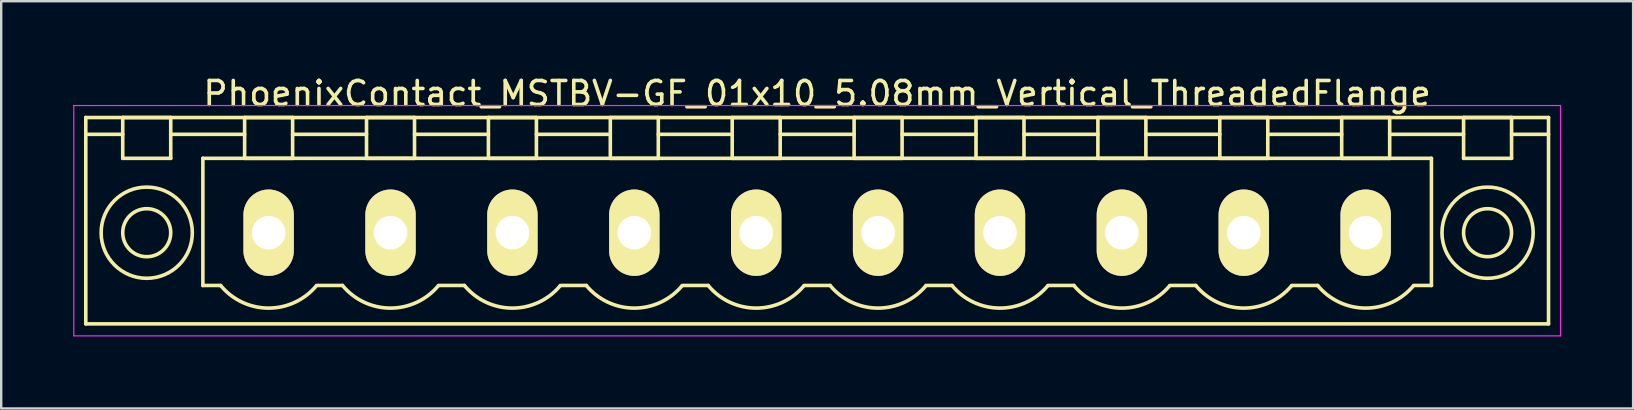
<source format=kicad_pcb>
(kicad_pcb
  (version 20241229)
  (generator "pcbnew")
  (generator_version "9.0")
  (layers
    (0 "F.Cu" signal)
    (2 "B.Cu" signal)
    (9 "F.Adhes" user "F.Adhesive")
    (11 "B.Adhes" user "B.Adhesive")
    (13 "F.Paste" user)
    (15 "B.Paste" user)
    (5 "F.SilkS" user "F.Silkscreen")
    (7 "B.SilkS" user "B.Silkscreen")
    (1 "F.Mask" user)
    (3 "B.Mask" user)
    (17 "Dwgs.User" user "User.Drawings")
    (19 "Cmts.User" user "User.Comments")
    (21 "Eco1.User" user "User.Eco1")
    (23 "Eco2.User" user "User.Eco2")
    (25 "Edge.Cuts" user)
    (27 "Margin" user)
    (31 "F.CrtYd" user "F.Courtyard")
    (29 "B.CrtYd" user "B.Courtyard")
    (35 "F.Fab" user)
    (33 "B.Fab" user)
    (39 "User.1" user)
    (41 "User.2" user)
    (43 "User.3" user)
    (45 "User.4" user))
  (footprint "PhoenixContact_MSTBV-GF_01x10_5.08mm_Vertical_ThreadedFlange"
    (layer "F.Cu")
    (at 8.145 6.648)
    (property "Reference" "PhoenixContact_MSTBV-GF_01x10_5.08mm_Vertical_ThreadedFlange" (at 22.86 -5.8 0) (layer "F.SilkS") (effects (font (size 1 1) (thickness 0.15))))
    (attr through_hole)
    (fp_line (start -7.62 -4.8) (end -7.62 3.8) (stroke (width 0.15) (type solid)) (layer "F.SilkS"))
    (fp_line (start -7.62 -4.1) (end -6.08 -4.1) (stroke (width 0.15) (type solid)) (layer "F.SilkS"))
    (fp_line (start -7.62 3.8) (end 53.34 3.8) (stroke (width 0.15) (type solid)) (layer "F.SilkS"))
    (fp_line (start -6.08 -4.8) (end -4.08 -4.8) (stroke (width 0.15) (type solid)) (layer "F.SilkS"))
    (fp_line (start -6.08 -3.1) (end -6.08 -4.8) (stroke (width 0.15) (type solid)) (layer "F.SilkS"))
    (fp_line (start -4.08 -4.8) (end -4.08 -3.1) (stroke (width 0.15) (type solid)) (layer "F.SilkS"))
    (fp_line (start -4.08 -4.1) (end -1 -4.1) (stroke (width 0.15) (type solid)) (layer "F.SilkS"))
    (fp_line (start -4.08 -3.1) (end -6.08 -3.1) (stroke (width 0.15) (type solid)) (layer "F.SilkS"))
    (fp_line (start -2.74 -3.1) (end 48.46 -3.1) (stroke (width 0.15) (type solid)) (layer "F.SilkS"))
    (fp_line (start -2.74 2.2) (end -2.74 -3.1) (stroke (width 0.15) (type solid)) (layer "F.SilkS"))
    (fp_line (start -2 2.2) (end -2.74 2.2) (stroke (width 0.15) (type solid)) (layer "F.SilkS"))
    (fp_line (start -1 -4.8) (end 1 -4.8) (stroke (width 0.15) (type solid)) (layer "F.SilkS"))
    (fp_line (start -1 -3.1) (end -1 -4.8) (stroke (width 0.15) (type solid)) (layer "F.SilkS"))
    (fp_line (start 1 -4.8) (end 1 -3.1) (stroke (width 0.15) (type solid)) (layer "F.SilkS"))
    (fp_line (start 1 -4.1) (end 4.08 -4.1) (stroke (width 0.15) (type solid)) (layer "F.SilkS"))
    (fp_line (start 1 -3.1) (end -1 -3.1) (stroke (width 0.15) (type solid)) (layer "F.SilkS"))
    (fp_line (start 2 2.2) (end 3.08 2.2) (stroke (width 0.15) (type solid)) (layer "F.SilkS"))
    (fp_line (start 4.08 -4.8) (end 6.08 -4.8) (stroke (width 0.15) (type solid)) (layer "F.SilkS"))
    (fp_line (start 4.08 -3.1) (end 4.08 -4.8) (stroke (width 0.15) (type solid)) (layer "F.SilkS"))
    (fp_line (start 6.08 -4.8) (end 6.08 -3.1) (stroke (width 0.15) (type solid)) (layer "F.SilkS"))
    (fp_line (start 6.08 -4.1) (end 9.16 -4.1) (stroke (width 0.15) (type solid)) (layer "F.SilkS"))
    (fp_line (start 6.08 -3.1) (end 4.08 -3.1) (stroke (width 0.15) (type solid)) (layer "F.SilkS"))
    (fp_line (start 7.08 2.2) (end 8.16 2.2) (stroke (width 0.15) (type solid)) (layer "F.SilkS"))
    (fp_line (start 9.16 -4.8) (end 11.16 -4.8) (stroke (width 0.15) (type solid)) (layer "F.SilkS"))
    (fp_line (start 9.16 -3.1) (end 9.16 -4.8) (stroke (width 0.15) (type solid)) (layer "F.SilkS"))
    (fp_line (start 11.16 -4.8) (end 11.16 -3.1) (stroke (width 0.15) (type solid)) (layer "F.SilkS"))
    (fp_line (start 11.16 -4.1) (end 14.24 -4.1) (stroke (width 0.15) (type solid)) (layer "F.SilkS"))
    (fp_line (start 11.16 -3.1) (end 9.16 -3.1) (stroke (width 0.15) (type solid)) (layer "F.SilkS"))
    (fp_line (start 12.16 2.2) (end 13.24 2.2) (stroke (width 0.15) (type solid)) (layer "F.SilkS"))
    (fp_line (start 14.24 -4.8) (end 16.24 -4.8) (stroke (width 0.15) (type solid)) (layer "F.SilkS"))
    (fp_line (start 14.24 -3.1) (end 14.24 -4.8) (stroke (width 0.15) (type solid)) (layer "F.SilkS"))
    (fp_line (start 16.24 -4.8) (end 16.24 -3.1) (stroke (width 0.15) (type solid)) (layer "F.SilkS"))
    (fp_line (start 16.24 -4.1) (end 19.32 -4.1) (stroke (width 0.15) (type solid)) (layer "F.SilkS"))
    (fp_line (start 16.24 -3.1) (end 14.24 -3.1) (stroke (width 0.15) (type solid)) (layer "F.SilkS"))
    (fp_line (start 17.24 2.2) (end 18.32 2.2) (stroke (width 0.15) (type solid)) (layer "F.SilkS"))
    (fp_line (start 19.32 -4.8) (end 21.32 -4.8) (stroke (width 0.15) (type solid)) (layer "F.SilkS"))
    (fp_line (start 19.32 -3.1) (end 19.32 -4.8) (stroke (width 0.15) (type solid)) (layer "F.SilkS"))
    (fp_line (start 21.32 -4.8) (end 21.32 -3.1) (stroke (width 0.15) (type solid)) (layer "F.SilkS"))
    (fp_line (start 21.32 -4.1) (end 24.4 -4.1) (stroke (width 0.15) (type solid)) (layer "F.SilkS"))
    (fp_line (start 21.32 -3.1) (end 19.32 -3.1) (stroke (width 0.15) (type solid)) (layer "F.SilkS"))
    (fp_line (start 22.32 2.2) (end 23.4 2.2) (stroke (width 0.15) (type solid)) (layer "F.SilkS"))
    (fp_line (start 24.4 -4.8) (end 26.4 -4.8) (stroke (width 0.15) (type solid)) (layer "F.SilkS"))
    (fp_line (start 24.4 -3.1) (end 24.4 -4.8) (stroke (width 0.15) (type solid)) (layer "F.SilkS"))
    (fp_line (start 26.4 -4.8) (end 26.4 -3.1) (stroke (width 0.15) (type solid)) (layer "F.SilkS"))
    (fp_line (start 26.4 -4.1) (end 29.48 -4.1) (stroke (width 0.15) (type solid)) (layer "F.SilkS"))
    (fp_line (start 26.4 -3.1) (end 24.4 -3.1) (stroke (width 0.15) (type solid)) (layer "F.SilkS"))
    (fp_line (start 27.4 2.2) (end 28.48 2.2) (stroke (width 0.15) (type solid)) (layer "F.SilkS"))
    (fp_line (start 29.48 -4.8) (end 31.48 -4.8) (stroke (width 0.15) (type solid)) (layer "F.SilkS"))
    (fp_line (start 29.48 -3.1) (end 29.48 -4.8) (stroke (width 0.15) (type solid)) (layer "F.SilkS"))
    (fp_line (start 31.48 -4.8) (end 31.48 -3.1) (stroke (width 0.15) (type solid)) (layer "F.SilkS"))
    (fp_line (start 31.48 -4.1) (end 34.56 -4.1) (stroke (width 0.15) (type solid)) (layer "F.SilkS"))
    (fp_line (start 31.48 -3.1) (end 29.48 -3.1) (stroke (width 0.15) (type solid)) (layer "F.SilkS"))
    (fp_line (start 32.48 2.2) (end 33.56 2.2) (stroke (width 0.15) (type solid)) (layer "F.SilkS"))
    (fp_line (start 34.56 -4.8) (end 36.56 -4.8) (stroke (width 0.15) (type solid)) (layer "F.SilkS"))
    (fp_line (start 34.56 -3.1) (end 34.56 -4.8) (stroke (width 0.15) (type solid)) (layer "F.SilkS"))
    (fp_line (start 36.56 -4.8) (end 36.56 -3.1) (stroke (width 0.15) (type solid)) (layer "F.SilkS"))
    (fp_line (start 36.56 -4.1) (end 39.64 -4.1) (stroke (width 0.15) (type solid)) (layer "F.SilkS"))
    (fp_line (start 36.56 -3.1) (end 34.56 -3.1) (stroke (width 0.15) (type solid)) (layer "F.SilkS"))
    (fp_line (start 37.56 2.2) (end 38.64 2.2) (stroke (width 0.15) (type solid)) (layer "F.SilkS"))
    (fp_line (start 39.64 -4.8) (end 41.64 -4.8) (stroke (width 0.15) (type solid)) (layer "F.SilkS"))
    (fp_line (start 39.64 -3.1) (end 39.64 -4.8) (stroke (width 0.15) (type solid)) (layer "F.SilkS"))
    (fp_line (start 41.64 -4.8) (end 41.64 -3.1) (stroke (width 0.15) (type solid)) (layer "F.SilkS"))
    (fp_line (start 41.64 -4.1) (end 44.72 -4.1) (stroke (width 0.15) (type solid)) (layer "F.SilkS"))
    (fp_line (start 41.64 -3.1) (end 39.64 -3.1) (stroke (width 0.15) (type solid)) (layer "F.SilkS"))
    (fp_line (start 42.64 2.2) (end 43.72 2.2) (stroke (width 0.15) (type solid)) (layer "F.SilkS"))
    (fp_line (start 44.72 -4.8) (end 46.72 -4.8) (stroke (width 0.15) (type solid)) (layer "F.SilkS"))
    (fp_line (start 44.72 -3.1) (end 44.72 -4.8) (stroke (width 0.15) (type solid)) (layer "F.SilkS"))
    (fp_line (start 46.72 -4.8) (end 46.72 -3.1) (stroke (width 0.15) (type solid)) (layer "F.SilkS"))
    (fp_line (start 46.72 -4.1) (end 49.8 -4.1) (stroke (width 0.15) (type solid)) (layer "F.SilkS"))
    (fp_line (start 46.72 -3.1) (end 44.72 -3.1) (stroke (width 0.15) (type solid)) (layer "F.SilkS"))
    (fp_line (start 48.46 -3.1) (end 48.46 2.2) (stroke (width 0.15) (type solid)) (layer "F.SilkS"))
    (fp_line (start 48.46 2.2) (end 47.72 2.2) (stroke (width 0.15) (type solid)) (layer "F.SilkS"))
    (fp_line (start 49.8 -4.8) (end 51.8 -4.8) (stroke (width 0.15) (type solid)) (layer "F.SilkS"))
    (fp_line (start 49.8 -3.1) (end 49.8 -4.8) (stroke (width 0.15) (type solid)) (layer "F.SilkS"))
    (fp_line (start 51.8 -4.8) (end 51.8 -3.1) (stroke (width 0.15) (type solid)) (layer "F.SilkS"))
    (fp_line (start 51.8 -3.1) (end 49.8 -3.1) (stroke (width 0.15) (type solid)) (layer "F.SilkS"))
    (fp_line (start 53.34 -4.8) (end -7.62 -4.8) (stroke (width 0.15) (type solid)) (layer "F.SilkS"))
    (fp_line (start 53.34 -4.1) (end 51.8 -4.1) (stroke (width 0.15) (type solid)) (layer "F.SilkS"))
    (fp_line (start 53.34 3.8) (end 53.34 -4.8) (stroke (width 0.15) (type solid)) (layer "F.SilkS"))
    (fp_arc (start 1.986842 2.215821) (mid -0.010289 3.142758) (end -2 2.2) (stroke (width 0.15) (type solid)) (layer "F.SilkS"))
    (fp_arc (start 7.066842 2.215821) (mid 5.069711 3.142758) (end 3.08 2.2) (stroke (width 0.15) (type solid)) (layer "F.SilkS"))
    (fp_arc (start 12.146842 2.215821) (mid 10.149711 3.142758) (end 8.16 2.2) (stroke (width 0.15) (type solid)) (layer "F.SilkS"))
    (fp_arc (start 17.226842 2.215821) (mid 15.229711 3.142758) (end 13.24 2.2) (stroke (width 0.15) (type solid)) (layer "F.SilkS"))
    (fp_arc (start 22.306842 2.215821) (mid 20.309711 3.142758) (end 18.32 2.2) (stroke (width 0.15) (type solid)) (layer "F.SilkS"))
    (fp_arc (start 27.386842 2.215821) (mid 25.389711 3.142758) (end 23.4 2.2) (stroke (width 0.15) (type solid)) (layer "F.SilkS"))
    (fp_arc (start 32.466842 2.215821) (mid 30.469711 3.142758) (end 28.48 2.2) (stroke (width 0.15) (type solid)) (layer "F.SilkS"))
    (fp_arc (start 37.546842 2.215821) (mid 35.549711 3.142758) (end 33.56 2.2) (stroke (width 0.15) (type solid)) (layer "F.SilkS"))
    (fp_arc (start 42.626842 2.215821) (mid 40.629711 3.142758) (end 38.64 2.2) (stroke (width 0.15) (type solid)) (layer "F.SilkS"))
    (fp_arc (start 47.706842 2.215821) (mid 45.709711 3.142758) (end 43.72 2.2) (stroke (width 0.15) (type solid)) (layer "F.SilkS"))
    (fp_circle (center -5.08 0) (end -4.08 0) (stroke (width 0.15) (type solid)) (fill no) (layer "F.SilkS"))
    (fp_circle (center -5.08 0) (end -3.18 0) (stroke (width 0.15) (type solid)) (fill no) (layer "F.SilkS"))
    (fp_circle (center 50.8 0) (end 51.8 0) (stroke (width 0.15) (type solid)) (fill no) (layer "F.SilkS"))
    (fp_circle (center 50.8 0) (end 52.7 0) (stroke (width 0.15) (type solid)) (fill no) (layer "F.SilkS"))
    (fp_line (start -8.12 -5.3) (end -8.12 4.3) (stroke (width 0.05) (type solid)) (layer "F.CrtYd"))
    (fp_line (start -8.12 4.3) (end 53.84 4.3) (stroke (width 0.05) (type solid)) (layer "F.CrtYd"))
    (fp_line (start 53.84 -5.3) (end -8.12 -5.3) (stroke (width 0.05) (type solid)) (layer "F.CrtYd"))
    (fp_line (start 53.84 4.3) (end 53.84 -5.3) (stroke (width 0.05) (type solid)) (layer "F.CrtYd"))
    (pad "1" thru_hole oval (at 0 0) (size 2.1 3.6) (drill 1.4) (layers "*.Cu" "*.Mask" "F.SilkS"))
    (pad "2" thru_hole oval (at 5.08 0) (size 2.1 3.6) (drill 1.4) (layers "*.Cu" "*.Mask" "F.SilkS"))
    (pad "3" thru_hole oval (at 10.16 0) (size 2.1 3.6) (drill 1.4) (layers "*.Cu" "*.Mask" "F.SilkS"))
    (pad "4" thru_hole oval (at 15.24 0) (size 2.1 3.6) (drill 1.4) (layers "*.Cu" "*.Mask" "F.SilkS"))
    (pad "5" thru_hole oval (at 20.32 0) (size 2.1 3.6) (drill 1.4) (layers "*.Cu" "*.Mask" "F.SilkS"))
    (pad "6" thru_hole oval (at 25.4 0) (size 2.1 3.6) (drill 1.4) (layers "*.Cu" "*.Mask" "F.SilkS"))
    (pad "7" thru_hole oval (at 30.48 0) (size 2.1 3.6) (drill 1.4) (layers "*.Cu" "*.Mask" "F.SilkS"))
    (pad "8" thru_hole oval (at 35.56 0) (size 2.1 3.6) (drill 1.4) (layers "*.Cu" "*.Mask" "F.SilkS"))
    (pad "9" thru_hole oval (at 40.64 0) (size 2.1 3.6) (drill 1.4) (layers "*.Cu" "*.Mask" "F.SilkS"))
    (pad "10" thru_hole oval (at 45.72 0) (size 2.1 3.6) (drill 1.4) (layers "*.Cu" "*.Mask" "F.SilkS")))
  (gr_rect
    (start -3 -3)
    (end 65.01 13.973)
    (stroke (width 0.1) (type default))
    (fill no)
    (layer "Edge.Cuts")))
</source>
